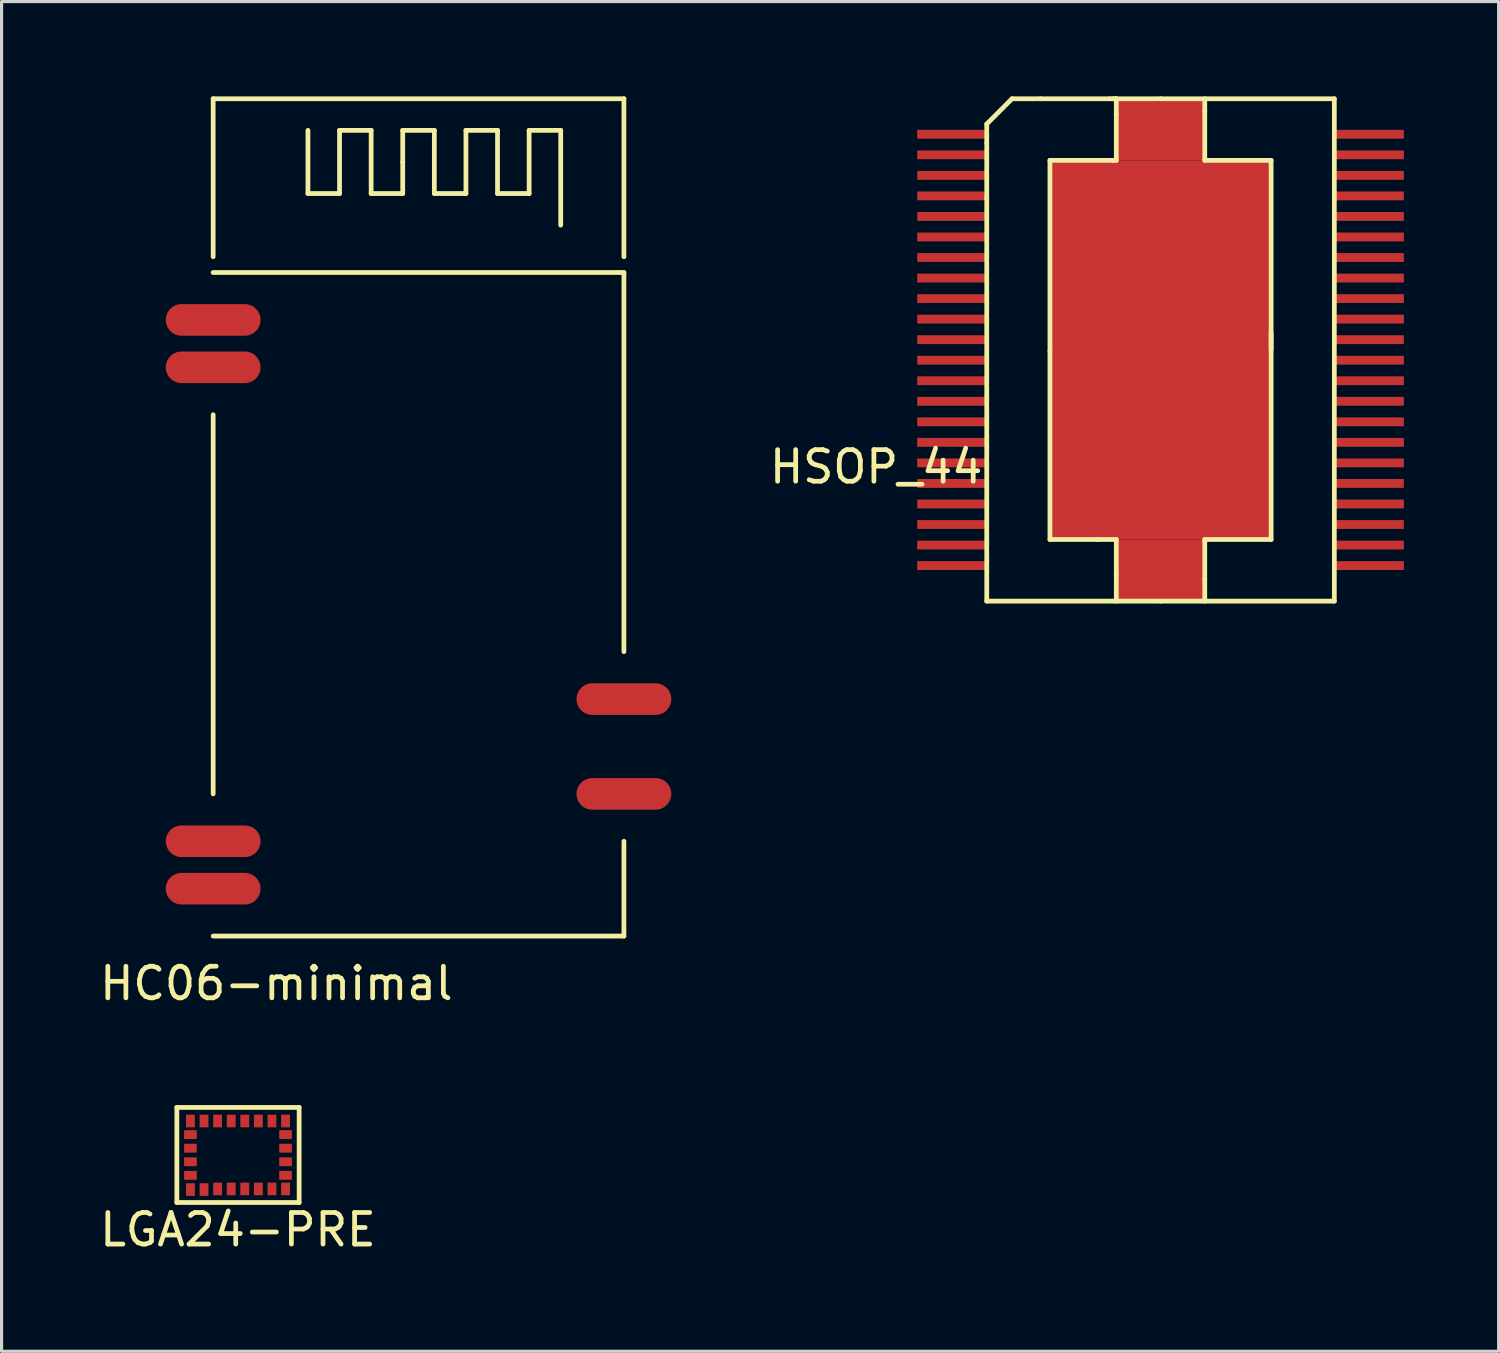
<source format=kicad_pcb>
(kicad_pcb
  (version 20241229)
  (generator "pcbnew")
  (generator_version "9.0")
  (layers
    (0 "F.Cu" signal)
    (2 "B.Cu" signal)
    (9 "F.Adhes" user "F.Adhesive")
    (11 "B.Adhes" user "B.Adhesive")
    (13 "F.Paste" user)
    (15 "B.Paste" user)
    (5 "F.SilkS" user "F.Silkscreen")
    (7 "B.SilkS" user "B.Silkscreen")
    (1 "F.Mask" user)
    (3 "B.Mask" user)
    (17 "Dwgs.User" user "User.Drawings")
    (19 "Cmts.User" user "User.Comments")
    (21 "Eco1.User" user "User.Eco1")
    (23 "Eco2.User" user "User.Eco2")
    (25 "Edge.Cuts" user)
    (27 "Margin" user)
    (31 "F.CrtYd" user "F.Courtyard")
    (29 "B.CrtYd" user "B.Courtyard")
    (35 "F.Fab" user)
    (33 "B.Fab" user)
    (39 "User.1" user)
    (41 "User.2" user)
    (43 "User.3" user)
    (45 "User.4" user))
  (footprint "LGA24-PRE"
    (layer "F.Cu")
    (at 4.482 33.503)
    (property "Reference" "LGA24-PRE" (at 0 2.365 0) (layer "F.SilkS") (effects (font (size 1 1) (thickness 0.15))))
    (attr through_hole)
    (fp_line (start -1.935 -1.505) (end -1.935 1.505) (stroke (width 0.15) (type solid)) (layer "F.SilkS"))
    (fp_line (start -1.935 1.505) (end 1.935 1.505) (stroke (width 0.15) (type solid)) (layer "F.SilkS"))
    (fp_line (start 1.935 -1.505) (end -1.935 -1.505) (stroke (width 0.15) (type solid)) (layer "F.SilkS"))
    (fp_line (start 1.935 1.505) (end 1.935 -1.505) (stroke (width 0.15) (type solid)) (layer "F.SilkS"))
    (pad "" smd rect (at -1.505 -1.075 90) (size 0.4 0.28) (layers "F.Cu" "F.Mask" "F.Paste"))
    (pad "" smd rect (at -1.505 -0.645 180) (size 0.4 0.28) (layers "F.Cu" "F.Mask" "F.Paste"))
    (pad "" smd rect (at -1.505 -0.215 180) (size 0.4 0.28) (layers "F.Cu" "F.Mask" "F.Paste"))
    (pad "" smd rect (at -1.505 0.215 180) (size 0.4 0.28) (layers "F.Cu" "F.Mask" "F.Paste"))
    (pad "" smd rect (at -1.505 0.645 180) (size 0.4 0.28) (layers "F.Cu" "F.Mask" "F.Paste"))
    (pad "" smd rect (at -1.505 1.095 90) (size 0.4 0.28) (layers "F.Cu" "F.Mask" "F.Paste"))
    (pad "" smd rect (at -1.075 -1.075 90) (size 0.4 0.28) (layers "F.Cu" "F.Mask" "F.Paste"))
    (pad "" smd rect (at -1.075 1.095 90) (size 0.4 0.28) (layers "F.Cu" "F.Mask" "F.Paste"))
    (pad "" smd rect (at -0.645 -1.075 90) (size 0.4 0.28) (layers "F.Cu" "F.Mask" "F.Paste"))
    (pad "" smd rect (at -0.645 1.075 90) (size 0.4 0.28) (layers "F.Cu" "F.Mask" "F.Paste"))
    (pad "" smd rect (at -0.215 -1.075 90) (size 0.4 0.28) (layers "F.Cu" "F.Mask" "F.Paste"))
    (pad "" smd rect (at -0.215 1.075 90) (size 0.4 0.28) (layers "F.Cu" "F.Mask" "F.Paste"))
    (pad "" smd rect (at 0.215 -1.075 90) (size 0.4 0.28) (layers "F.Cu" "F.Mask" "F.Paste"))
    (pad "" smd rect (at 0.215 1.075 90) (size 0.4 0.28) (layers "F.Cu" "F.Mask" "F.Paste"))
    (pad "" smd rect (at 0.645 -1.075 90) (size 0.4 0.28) (layers "F.Cu" "F.Mask" "F.Paste"))
    (pad "" smd rect (at 0.645 1.075 90) (size 0.4 0.28) (layers "F.Cu" "F.Mask" "F.Paste"))
    (pad "" smd rect (at 1.075 -1.075 90) (size 0.4 0.28) (layers "F.Cu" "F.Mask" "F.Paste"))
    (pad "" smd rect (at 1.075 1.075 90) (size 0.4 0.28) (layers "F.Cu" "F.Mask" "F.Paste"))
    (pad "" smd rect (at 1.505 -1.075 90) (size 0.4 0.28) (layers "F.Cu" "F.Mask" "F.Paste"))
    (pad "" smd rect (at 1.505 -0.645 180) (size 0.4 0.28) (layers "F.Cu" "F.Mask" "F.Paste"))
    (pad "" smd rect (at 1.505 -0.215 180) (size 0.4 0.28) (layers "F.Cu" "F.Mask" "F.Paste"))
    (pad "" smd rect (at 1.505 0.215 180) (size 0.4 0.28) (layers "F.Cu" "F.Mask" "F.Paste"))
    (pad "" smd rect (at 1.505 0.645 180) (size 0.4 0.28) (layers "F.Cu" "F.Mask" "F.Paste"))
    (pad "" smd rect (at 1.505 1.075 90) (size 0.4 0.28) (layers "F.Cu" "F.Mask" "F.Paste")))
  (footprint "HSOP_44"
    (layer "F.Cu")
    (at 33.679 8.025)
    (property "Reference" "HSOP_44" (at -9 3.7 0) (layer "F.SilkS") (effects (font (size 1 1) (thickness 0.15))))
    (attr through_hole)
    (fp_line (start -5.5 -7.15) (end -4.7 -7.95) (stroke (width 0.15) (type solid)) (layer "F.SilkS"))
    (fp_line (start -5.5 -6.55) (end -5.5 -7.15) (stroke (width 0.15) (type solid)) (layer "F.SilkS"))
    (fp_line (start -5.5 -4.8) (end -5.5 -6.55) (stroke (width 0.15) (type solid)) (layer "F.SilkS"))
    (fp_line (start -5.5 7.95) (end -5.5 -4.8) (stroke (width 0.15) (type solid)) (layer "F.SilkS"))
    (fp_line (start -4.7 -7.95) (end -3.8 -7.95) (stroke (width 0.15) (type solid)) (layer "F.SilkS"))
    (fp_line (start -3.5 -6) (end -1.5 -6) (stroke (width 0.15) (type solid)) (layer "F.SilkS"))
    (fp_line (start -3.5 0.05) (end -3.5 -6) (stroke (width 0.15) (type solid)) (layer "F.SilkS"))
    (fp_line (start -3.5 0.05) (end -3.5 6) (stroke (width 0.15) (type solid)) (layer "F.SilkS"))
    (fp_line (start -3.5 6) (end -1.95 6) (stroke (width 0.15) (type solid)) (layer "F.SilkS"))
    (fp_line (start -1.6 -7.95) (end -3.8 -7.95) (stroke (width 0.15) (type solid)) (layer "F.SilkS"))
    (fp_line (start -1.4 -7.95) (end -1.6 -7.95) (stroke (width 0.15) (type solid)) (layer "F.SilkS"))
    (fp_line (start -1.4 -7.95) (end -1.4 -7.45) (stroke (width 0.15) (type solid)) (layer "F.SilkS"))
    (fp_line (start -1.4 -7.45) (end -1.4 -6) (stroke (width 0.15) (type solid)) (layer "F.SilkS"))
    (fp_line (start -1.4 -6) (end -1.5 -6) (stroke (width 0.15) (type solid)) (layer "F.SilkS"))
    (fp_line (start -1.4 6) (end -2 6) (stroke (width 0.15) (type solid)) (layer "F.SilkS"))
    (fp_line (start -1.4 7.15) (end -1.4 6) (stroke (width 0.15) (type solid)) (layer "F.SilkS"))
    (fp_line (start -1.4 7.95) (end -1.4 7.15) (stroke (width 0.15) (type solid)) (layer "F.SilkS"))
    (fp_line (start 0 -7.95) (end -1.5 -7.95) (stroke (width 0.15) (type solid)) (layer "F.SilkS"))
    (fp_line (start 0 7.95) (end -5.5 7.95) (stroke (width 0.15) (type solid)) (layer "F.SilkS"))
    (fp_line (start 0 7.95) (end 5.5 7.95) (stroke (width 0.15) (type solid)) (layer "F.SilkS"))
    (fp_line (start 1.4 -7.95) (end 1.4 -7.55) (stroke (width 0.15) (type solid)) (layer "F.SilkS"))
    (fp_line (start 1.4 -7.55) (end 1.4 -6) (stroke (width 0.15) (type solid)) (layer "F.SilkS"))
    (fp_line (start 1.4 -6) (end 3.5 -6) (stroke (width 0.15) (type solid)) (layer "F.SilkS"))
    (fp_line (start 1.4 6) (end 3.5 6) (stroke (width 0.15) (type solid)) (layer "F.SilkS"))
    (fp_line (start 1.4 6.05) (end 1.4 6) (stroke (width 0.15) (type solid)) (layer "F.SilkS"))
    (fp_line (start 1.4 7.25) (end 1.4 6.05) (stroke (width 0.15) (type solid)) (layer "F.SilkS"))
    (fp_line (start 1.4 7.95) (end 1.4 7.25) (stroke (width 0.15) (type solid)) (layer "F.SilkS"))
    (fp_line (start 3.5 -0.05) (end 3.5 -0.55) (stroke (width 0.15) (type solid)) (layer "F.SilkS"))
    (fp_line (start 3.5 0) (end 3.5 -6) (stroke (width 0.15) (type solid)) (layer "F.SilkS"))
    (fp_line (start 3.5 0) (end 3.5 6) (stroke (width 0.15) (type solid)) (layer "F.SilkS"))
    (fp_line (start 5.5 -7.95) (end 0 -7.95) (stroke (width 0.15) (type solid)) (layer "F.SilkS"))
    (fp_line (start 5.5 7.95) (end 5.5 -7.95) (stroke (width 0.15) (type solid)) (layer "F.SilkS"))
    (pad "1" smd rect (at -6.6 -6.825) (size 2.2 0.28) (layers "F.Cu" "F.Mask" "F.Paste"))
    (pad "2" smd rect (at -6.6 -6.175) (size 2.2 0.28) (layers "F.Cu" "F.Mask" "F.Paste"))
    (pad "3" smd rect (at -6.6 -5.525) (size 2.2 0.28) (layers "F.Cu" "F.Mask" "F.Paste"))
    (pad "4" smd rect (at -6.6 -4.875) (size 2.2 0.28) (layers "F.Cu" "F.Mask" "F.Paste"))
    (pad "5" smd rect (at -6.6 -4.225) (size 2.2 0.28) (layers "F.Cu" "F.Mask" "F.Paste"))
    (pad "6" smd rect (at -6.6 -3.575) (size 2.2 0.28) (layers "F.Cu" "F.Mask" "F.Paste"))
    (pad "7" smd rect (at -6.6 -2.925) (size 2.2 0.28) (layers "F.Cu" "F.Mask" "F.Paste"))
    (pad "8" smd rect (at -6.6 -2.275) (size 2.2 0.28) (layers "F.Cu" "F.Mask" "F.Paste"))
    (pad "9" smd rect (at -6.6 -1.625) (size 2.2 0.28) (layers "F.Cu" "F.Mask" "F.Paste"))
    (pad "10" smd rect (at -6.6 -0.975) (size 2.2 0.28) (layers "F.Cu" "F.Mask" "F.Paste"))
    (pad "11" smd rect (at -6.6 -0.325) (size 2.2 0.28) (layers "F.Cu" "F.Mask" "F.Paste"))
    (pad "12" smd rect (at -6.6 0.325) (size 2.2 0.28) (layers "F.Cu" "F.Mask" "F.Paste"))
    (pad "13" smd rect (at -6.6 0.975) (size 2.2 0.28) (layers "F.Cu" "F.Mask" "F.Paste"))
    (pad "14" smd rect (at -6.6 1.625) (size 2.2 0.28) (layers "F.Cu" "F.Mask" "F.Paste"))
    (pad "15" smd rect (at -6.6 2.275) (size 2.2 0.28) (layers "F.Cu" "F.Mask" "F.Paste"))
    (pad "16" smd rect (at -6.6 2.925) (size 2.2 0.28) (layers "F.Cu" "F.Mask" "F.Paste"))
    (pad "17" smd rect (at -6.6 3.575) (size 2.2 0.28) (layers "F.Cu" "F.Mask" "F.Paste"))
    (pad "18" smd rect (at -6.6 4.225) (size 2.2 0.28) (layers "F.Cu" "F.Mask" "F.Paste"))
    (pad "19" smd rect (at -6.6 4.875) (size 2.2 0.28) (layers "F.Cu" "F.Mask" "F.Paste"))
    (pad "20" smd rect (at -6.6 5.525) (size 2.2 0.28) (layers "F.Cu" "F.Mask" "F.Paste"))
    (pad "21" smd rect (at -6.6 6.175) (size 2.2 0.28) (layers "F.Cu" "F.Mask" "F.Paste"))
    (pad "22" smd rect (at -6.6 6.825) (size 2.2 0.28) (layers "F.Cu" "F.Mask" "F.Paste"))
    (pad "23" smd rect (at 6.6 6.825) (size 2.2 0.28) (layers "F.Cu" "F.Mask" "F.Paste"))
    (pad "24" smd rect (at 6.6 6.175) (size 2.2 0.28) (layers "F.Cu" "F.Mask" "F.Paste"))
    (pad "25" smd rect (at 6.6 5.525) (size 2.2 0.28) (layers "F.Cu" "F.Mask" "F.Paste"))
    (pad "26" smd rect (at 6.6 4.875) (size 2.2 0.28) (layers "F.Cu" "F.Mask" "F.Paste"))
    (pad "27" smd rect (at 6.6 4.225) (size 2.2 0.28) (layers "F.Cu" "F.Mask" "F.Paste"))
    (pad "28" smd rect (at 6.6 3.575) (size 2.2 0.28) (layers "F.Cu" "F.Mask" "F.Paste"))
    (pad "29" smd rect (at 6.6 2.925) (size 2.2 0.28) (layers "F.Cu" "F.Mask" "F.Paste"))
    (pad "30" smd rect (at 6.6 2.275) (size 2.2 0.28) (layers "F.Cu" "F.Mask" "F.Paste"))
    (pad "31" smd rect (at 6.6 1.625) (size 2.2 0.28) (layers "F.Cu" "F.Mask" "F.Paste"))
    (pad "32" smd rect (at 6.6 0.975) (size 2.2 0.28) (layers "F.Cu" "F.Mask" "F.Paste"))
    (pad "33" smd rect (at 6.6 0.325) (size 2.2 0.28) (layers "F.Cu" "F.Mask" "F.Paste"))
    (pad "34" smd rect (at 6.6 -0.325) (size 2.2 0.28) (layers "F.Cu" "F.Mask" "F.Paste"))
    (pad "35" smd rect (at 6.6 -0.975) (size 2.2 0.28) (layers "F.Cu" "F.Mask" "F.Paste"))
    (pad "36" smd rect (at 6.6 -1.625) (size 2.2 0.28) (layers "F.Cu" "F.Mask" "F.Paste"))
    (pad "37" smd rect (at 6.6 -2.275) (size 2.2 0.28) (layers "F.Cu" "F.Mask" "F.Paste"))
    (pad "38" smd rect (at 6.6 -2.925) (size 2.2 0.28) (layers "F.Cu" "F.Mask" "F.Paste"))
    (pad "39" smd rect (at 6.6 -3.575) (size 2.2 0.28) (layers "F.Cu" "F.Mask" "F.Paste"))
    (pad "40" smd rect (at 6.6 -4.225) (size 2.2 0.28) (layers "F.Cu" "F.Mask" "F.Paste"))
    (pad "41" smd rect (at 6.6 -4.875) (size 2.2 0.28) (layers "F.Cu" "F.Mask" "F.Paste"))
    (pad "42" smd rect (at 6.6 -5.525) (size 2.2 0.28) (layers "F.Cu" "F.Mask" "F.Paste"))
    (pad "43" smd rect (at 6.6 -6.175) (size 2.2 0.28) (layers "F.Cu" "F.Mask" "F.Paste"))
    (pad "44" smd rect (at 6.6 -6.825) (size 2.2 0.28) (layers "F.Cu" "F.Mask" "F.Paste"))
    (pad "45" smd rect (at 0 -7) (size 2.8 2) (layers "F.Cu" "F.Mask" "F.Paste"))
    (pad "46" smd rect (at 0 7) (size 2.8 2) (layers "F.Cu" "F.Mask" "F.Paste"))
    (pad "47" smd rect (at 0 0) (size 7 12) (layers "F.Cu" "F.Mask" "F.Paste")))
  (footprint "HC06-minimal"
    (layer "F.Cu")
    (at 9.696 16.075)
    (property "Reference" "HC06-minimal" (at -4 12 0) (layer "F.SilkS") (effects (font (size 1 1) (thickness 0.15))))
    (attr through_hole)
    (fp_line (start -6 -16) (end 7 -16) (stroke (width 0.15) (type solid)) (layer "F.SilkS"))
    (fp_line (start -6 -11) (end -6 -16) (stroke (width 0.15) (type solid)) (layer "F.SilkS"))
    (fp_line (start -6 -10.5) (end 7 -10.5) (stroke (width 0.15) (type solid)) (layer "F.SilkS"))
    (fp_line (start -6 6) (end -6 -6) (stroke (width 0.15) (type solid)) (layer "F.SilkS"))
    (fp_line (start -3 -13) (end -3 -15) (stroke (width 0.15) (type solid)) (layer "F.SilkS"))
    (fp_line (start -2 -15) (end -2 -13) (stroke (width 0.15) (type solid)) (layer "F.SilkS"))
    (fp_line (start -2 -13) (end -3 -13) (stroke (width 0.15) (type solid)) (layer "F.SilkS"))
    (fp_line (start -1 -15) (end -2 -15) (stroke (width 0.15) (type solid)) (layer "F.SilkS"))
    (fp_line (start -1 -13) (end -1 -15) (stroke (width 0.15) (type solid)) (layer "F.SilkS"))
    (fp_line (start 0 -15) (end 0 -14) (stroke (width 0.15) (type solid)) (layer "F.SilkS"))
    (fp_line (start 0 -14) (end 0 -13) (stroke (width 0.15) (type solid)) (layer "F.SilkS"))
    (fp_line (start 0 -13) (end -1 -13) (stroke (width 0.15) (type solid)) (layer "F.SilkS"))
    (fp_line (start 1 -15) (end 0 -15) (stroke (width 0.15) (type solid)) (layer "F.SilkS"))
    (fp_line (start 1 -13) (end 1 -15) (stroke (width 0.15) (type solid)) (layer "F.SilkS"))
    (fp_line (start 2 -15) (end 2 -13) (stroke (width 0.15) (type solid)) (layer "F.SilkS"))
    (fp_line (start 2 -13) (end 1 -13) (stroke (width 0.15) (type solid)) (layer "F.SilkS"))
    (fp_line (start 3 -15) (end 2 -15) (stroke (width 0.15) (type solid)) (layer "F.SilkS"))
    (fp_line (start 3 -13) (end 3 -15) (stroke (width 0.15) (type solid)) (layer "F.SilkS"))
    (fp_line (start 4 -15) (end 4 -13) (stroke (width 0.15) (type solid)) (layer "F.SilkS"))
    (fp_line (start 4 -13) (end 3 -13) (stroke (width 0.15) (type solid)) (layer "F.SilkS"))
    (fp_line (start 5 -15) (end 4 -15) (stroke (width 0.15) (type solid)) (layer "F.SilkS"))
    (fp_line (start 5 -12) (end 5 -15) (stroke (width 0.15) (type solid)) (layer "F.SilkS"))
    (fp_line (start 7 -16) (end 7 -11) (stroke (width 0.15) (type solid)) (layer "F.SilkS"))
    (fp_line (start 7 -10.5) (end 7 1.5) (stroke (width 0.15) (type solid)) (layer "F.SilkS"))
    (fp_line (start 7 7.5) (end 7 10.5) (stroke (width 0.15) (type solid)) (layer "F.SilkS"))
    (fp_line (start 7 10.5) (end -6 10.5) (stroke (width 0.15) (type solid)) (layer "F.SilkS"))
    (pad "1" smd oval (at -6 -9) (size 3 1) (layers "F.Cu" "F.Mask" "F.Paste"))
    (pad "2" smd oval (at -6 -7.5) (size 3 1) (layers "F.Cu" "F.Mask" "F.Paste"))
    (pad "12" smd oval (at -6 7.5) (size 3 1) (layers "F.Cu" "F.Mask" "F.Paste"))
    (pad "13" smd oval (at -6 9) (size 3 1) (layers "F.Cu" "F.Mask" "F.Paste"))
    (pad "24" smd oval (at 7 6) (size 3 1) (layers "F.Cu" "F.Mask" "F.Paste"))
    (pad "26" smd oval (at 7 3) (size 3 1) (layers "F.Cu" "F.Mask" "F.Paste")))
  (gr_rect
    (start -3 -3)
    (end 44.379 39.717)
    (stroke (width 0.1) (type default))
    (fill no)
    (layer "Edge.Cuts")))
</source>
